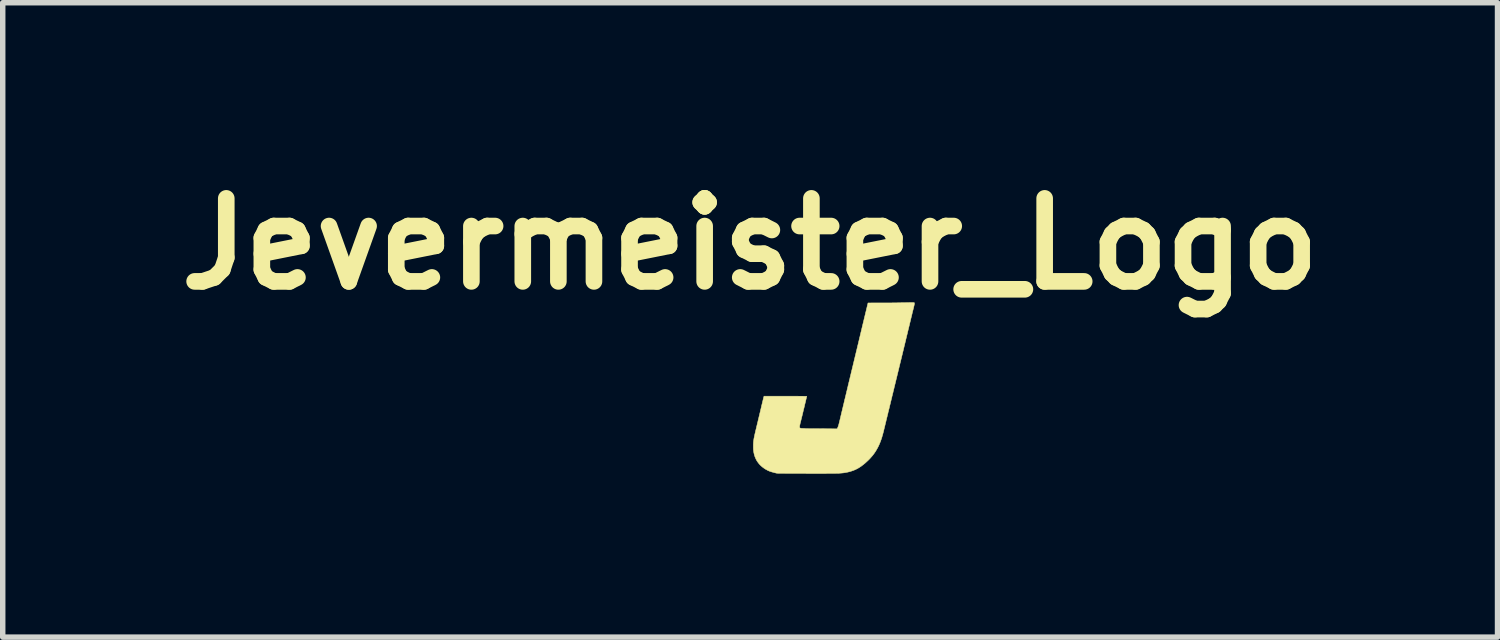
<source format=kicad_pcb>
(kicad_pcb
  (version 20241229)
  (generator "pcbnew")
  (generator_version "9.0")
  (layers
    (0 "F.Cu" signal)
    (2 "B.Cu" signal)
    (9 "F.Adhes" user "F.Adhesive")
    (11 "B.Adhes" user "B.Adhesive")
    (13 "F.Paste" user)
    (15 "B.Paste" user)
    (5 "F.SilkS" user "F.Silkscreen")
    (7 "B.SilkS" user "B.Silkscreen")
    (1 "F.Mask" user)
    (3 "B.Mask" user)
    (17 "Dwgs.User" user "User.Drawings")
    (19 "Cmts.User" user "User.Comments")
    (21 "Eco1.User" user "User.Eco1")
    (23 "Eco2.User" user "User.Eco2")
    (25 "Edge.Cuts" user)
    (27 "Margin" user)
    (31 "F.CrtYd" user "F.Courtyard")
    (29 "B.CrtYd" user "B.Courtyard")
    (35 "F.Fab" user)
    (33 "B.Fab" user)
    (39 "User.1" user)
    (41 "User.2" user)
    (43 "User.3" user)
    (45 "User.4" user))
  (footprint "Jevermeister_Logo"
    (layer "F.Cu")
    (at 10.719 2.456)
    (property "Reference" "Jevermeister_Logo" (at 0 -1.03 0) (layer "F.SilkS") (effects (font (size 1.524 1.524) (thickness 0.305))))
    (attr exclude_from_pos_files exclude_from_bom)
    (fp_poly (pts (xy 0.488 3.18) (xy 0.479 3.178) (xy 0.47 3.176) (xy 0.462 3.174) (xy 0.454 3.172) (xy 0.446 3.17) (xy 0.438 3.168) (xy 0.431 3.166) (xy 0.424 3.164) (xy 0.417 3.162) (xy 0.41 3.16) (xy 0.404 3.159) (xy 0.398 3.157) (xy 0.391 3.155) (xy 0.386 3.153) (xy 0.38 3.151) (xy 0.374 3.149) (xy 0.369 3.147) (xy 0.364 3.146) (xy 0.358 3.144) (xy 0.353 3.142) (xy 0.349 3.14) (xy 0.344 3.138) (xy 0.339 3.136) (xy 0.335 3.134) (xy 0.33 3.132) (xy 0.326 3.13) (xy 0.321 3.128) (xy 0.315 3.124) (xy 0.309 3.121) (xy 0.304 3.118) (xy 0.298 3.115) (xy 0.292 3.112) (xy 0.286 3.108) (xy 0.281 3.105) (xy 0.275 3.102) (xy 0.27 3.098) (xy 0.264 3.095) (xy 0.259 3.091) (xy 0.254 3.088) (xy 0.249 3.084) (xy 0.244 3.08) (xy 0.239 3.077) (xy 0.234 3.073) (xy 0.229 3.069) (xy 0.224 3.065) (xy 0.219 3.061) (xy 0.214 3.057) (xy 0.21 3.053) (xy 0.205 3.049) (xy 0.201 3.045) (xy 0.196 3.041) (xy 0.192 3.037) (xy 0.188 3.033) (xy 0.183 3.028) (xy 0.179 3.024) (xy 0.175 3.02) (xy 0.171 3.015) (xy 0.167 3.011) (xy 0.163 3.006) (xy 0.16 3.002) (xy 0.156 2.997) (xy 0.152 2.992) (xy 0.149 2.988) (xy 0.145 2.983) (xy 0.142 2.978) (xy 0.138 2.973) (xy 0.135 2.969) (xy 0.132 2.964) (xy 0.128 2.959) (xy 0.125 2.954) (xy 0.122 2.949) (xy 0.119 2.943) (xy 0.116 2.938) (xy 0.114 2.933) (xy 0.111 2.928) (xy 0.108 2.923) (xy 0.106 2.917) (xy 0.103 2.912) (xy 0.101 2.906) (xy 0.098 2.901) (xy 0.096 2.895) (xy 0.094 2.89) (xy 0.091 2.884) (xy 0.089 2.879) (xy 0.087 2.873) (xy 0.085 2.867) (xy 0.083 2.861) (xy 0.081 2.856) (xy 0.08 2.85) (xy 0.078 2.844) (xy 0.076 2.838) (xy 0.075 2.832) (xy 0.073 2.826) (xy 0.072 2.82) (xy 0.071 2.814) (xy 0.069 2.808) (xy 0.068 2.801) (xy 0.067 2.795) (xy 0.066 2.789) (xy 0.065 2.782) (xy 0.064 2.776) (xy 0.063 2.77) (xy 0.062 2.763) (xy 0.062 2.757) (xy 0.061 2.75) (xy 0.06 2.744) (xy 0.06 2.737) (xy 0.06 2.73) (xy 0.059 2.723) (xy 0.059 2.717) (xy 0.059 2.71) (xy 0.059 2.703) (xy 0.059 2.696) (xy 0.059 2.691) (xy 0.059 2.685) (xy 0.059 2.68) (xy 0.059 2.675) (xy 0.059 2.67) (xy 0.059 2.665) (xy 0.059 2.66) (xy 0.059 2.655) (xy 0.059 2.65) (xy 0.059 2.645) (xy 0.06 2.641) (xy 0.06 2.636) (xy 0.06 2.631) (xy 0.06 2.626) (xy 0.061 2.622) (xy 0.061 2.617) (xy 0.061 2.612) (xy 0.062 2.607) (xy 0.062 2.603) (xy 0.063 2.598) (xy 0.063 2.593) (xy 0.064 2.588) (xy 0.065 2.583) (xy 0.065 2.578) (xy 0.066 2.573) (xy 0.067 2.568) (xy 0.068 2.562) (xy 0.068 2.557) (xy 0.069 2.552) (xy 0.07 2.546) (xy 0.071 2.54) (xy 0.072 2.534) (xy 0.074 2.528) (xy 0.075 2.522) (xy 0.076 2.516) (xy 0.077 2.51) (xy 0.079 2.503) (xy 0.08 2.496) (xy 0.082 2.489) (xy 0.083 2.482) (xy 0.085 2.475) (xy 0.086 2.467) (xy 0.088 2.459) (xy 0.09 2.451) (xy 0.092 2.443) (xy 0.094 2.434) (xy 0.096 2.426) (xy 0.098 2.417) (xy 0.1 2.407) (xy 0.102 2.398) (xy 0.105 2.388) (xy 0.107 2.378) (xy 0.11 2.368) (xy 0.112 2.357) (xy 0.115 2.346) (xy 0.118 2.335) (xy 0.119 2.329) (xy 0.12 2.324) (xy 0.121 2.319) (xy 0.123 2.313) (xy 0.124 2.308) (xy 0.125 2.302) (xy 0.127 2.296) (xy 0.128 2.29) (xy 0.13 2.284) (xy 0.131 2.278) (xy 0.133 2.272) (xy 0.134 2.266) (xy 0.136 2.259) (xy 0.137 2.253) (xy 0.139 2.246) (xy 0.14 2.24) (xy 0.142 2.233) (xy 0.144 2.227) (xy 0.145 2.22) (xy 0.147 2.213) (xy 0.148 2.206) (xy 0.15 2.199) (xy 0.152 2.193) (xy 0.153 2.186) (xy 0.155 2.179) (xy 0.157 2.172) (xy 0.158 2.165) (xy 0.16 2.158) (xy 0.162 2.151) (xy 0.163 2.144) (xy 0.165 2.137) (xy 0.167 2.13) (xy 0.168 2.124) (xy 0.17 2.117) (xy 0.172 2.11) (xy 0.173 2.103) (xy 0.175 2.096) (xy 0.176 2.09) (xy 0.178 2.083) (xy 0.179 2.077) (xy 0.181 2.07) (xy 0.183 2.064) (xy 0.184 2.057) (xy 0.186 2.051) (xy 0.187 2.045) (xy 0.189 2.039) (xy 0.19 2.033) (xy 0.191 2.027) (xy 0.193 2.021) (xy 0.194 2.015) (xy 0.195 2.009) (xy 0.197 2.004) (xy 0.199 1.995) (xy 0.201 1.986) (xy 0.203 1.977) (xy 0.205 1.969) (xy 0.207 1.96) (xy 0.209 1.951) (xy 0.211 1.943) (xy 0.213 1.934) (xy 0.215 1.926) (xy 0.217 1.918) (xy 0.219 1.91) (xy 0.221 1.902) (xy 0.223 1.894) (xy 0.225 1.887) (xy 0.226 1.88) (xy 0.228 1.873) (xy 0.23 1.866) (xy 0.231 1.859) (xy 0.233 1.853) (xy 0.234 1.847) (xy 0.236 1.841) (xy 0.237 1.835) (xy 0.238 1.83) (xy 0.24 1.825) (xy 0.241 1.821) (xy 0.242 1.816) (xy 0.243 1.812) (xy 0.244 1.809) (xy 0.244 1.806) (xy 0.245 1.803) (xy 0.246 1.801) (xy 0.246 1.799) (xy 0.255 1.766) (xy 0.647 1.766) (xy 0.658 1.766) (xy 0.668 1.766) (xy 0.679 1.766) (xy 0.69 1.766) (xy 0.7 1.766) (xy 0.71 1.766) (xy 0.721 1.766) (xy 0.731 1.766) (xy 0.741 1.766) (xy 0.751 1.766) (xy 0.761 1.766) (xy 0.771 1.766) (xy 0.78 1.766) (xy 0.79 1.766) (xy 0.799 1.766) (xy 0.809 1.766) (xy 0.818 1.766) (xy 0.827 1.766) (xy 0.836 1.766) (xy 0.845 1.766) (xy 0.853 1.766) (xy 0.862 1.766) (xy 0.87 1.766) (xy 0.878 1.766) (xy 0.886 1.767) (xy 0.894 1.767) (xy 0.902 1.767) (xy 0.909 1.767) (xy 0.917 1.767) (xy 0.924 1.767) (xy 0.931 1.767) (xy 0.938 1.767) (xy 0.944 1.767) (xy 0.951 1.767) (xy 0.957 1.767) (xy 0.963 1.767) (xy 0.969 1.767) (xy 0.975 1.767) (xy 0.98 1.768) (xy 0.985 1.768) (xy 0.99 1.768) (xy 0.995 1.768) (xy 1 1.768) (xy 1.004 1.768) (xy 1.008 1.768) (xy 1.012 1.768) (xy 1.016 1.768) (xy 1.019 1.768) (xy 1.022 1.768) (xy 1.025 1.769) (xy 1.028 1.769) (xy 1.03 1.769) (xy 1.032 1.769) (xy 1.034 1.769) (xy 1.036 1.769) (xy 1.037 1.769) (xy 1.038 1.769) (xy 1.039 1.769) (xy 1.039 1.769) (xy 1.039 1.77) (xy 1.039 1.77) (xy 1.039 1.771) (xy 1.039 1.772) (xy 1.038 1.773) (xy 1.038 1.775) (xy 1.038 1.777) (xy 1.037 1.779) (xy 1.036 1.782) (xy 1.036 1.785) (xy 1.035 1.789) (xy 1.034 1.792) (xy 1.033 1.796) (xy 1.032 1.8) (xy 1.031 1.805) (xy 1.03 1.809) (xy 1.029 1.814) (xy 1.028 1.819) (xy 1.026 1.825) (xy 1.025 1.831) (xy 1.024 1.836) (xy 1.022 1.842) (xy 1.021 1.849) (xy 1.019 1.855) (xy 1.018 1.862) (xy 1.016 1.869) (xy 1.014 1.876) (xy 1.012 1.883) (xy 1.011 1.89) (xy 1.009 1.897) (xy 1.007 1.905) (xy 1.005 1.913) (xy 1.003 1.92) (xy 1.001 1.928) (xy 1 1.936) (xy 0.998 1.944) (xy 0.996 1.953) (xy 0.994 1.961) (xy 0.992 1.969) (xy 0.99 1.978) (xy 0.988 1.986) (xy 0.986 1.994) (xy 0.983 2.003) (xy 0.981 2.011) (xy 0.979 2.02) (xy 0.977 2.029) (xy 0.975 2.037) (xy 0.973 2.046) (xy 0.971 2.054) (xy 0.969 2.063) (xy 0.967 2.071) (xy 0.965 2.08) (xy 0.963 2.088) (xy 0.961 2.096) (xy 0.959 2.105) (xy 0.957 2.113) (xy 0.955 2.121) (xy 0.953 2.129) (xy 0.951 2.137) (xy 0.949 2.145) (xy 0.947 2.152) (xy 0.945 2.16) (xy 0.943 2.167) (xy 0.942 2.175) (xy 0.94 2.182) (xy 0.938 2.189) (xy 0.936 2.196) (xy 0.935 2.202) (xy 0.933 2.209) (xy 0.932 2.215) (xy 0.93 2.221) (xy 0.929 2.227) (xy 0.927 2.233) (xy 0.926 2.238) (xy 0.925 2.243) (xy 0.923 2.248) (xy 0.922 2.253) (xy 0.919 2.264) (xy 0.917 2.275) (xy 0.915 2.284) (xy 0.913 2.293) (xy 0.911 2.301) (xy 0.91 2.308) (xy 0.909 2.314) (xy 0.909 2.32) (xy 0.908 2.325) (xy 0.908 2.33) (xy 0.909 2.334) (xy 0.909 2.337) (xy 0.91 2.34) (xy 0.911 2.343) (xy 0.912 2.346) (xy 0.913 2.346) (xy 0.913 2.347) (xy 0.914 2.348) (xy 0.915 2.349) (xy 0.916 2.349) (xy 0.916 2.35) (xy 0.917 2.351) (xy 0.918 2.351) (xy 0.92 2.352) (xy 0.921 2.352) (xy 0.922 2.353) (xy 0.924 2.353) (xy 0.926 2.354) (xy 0.928 2.354) (xy 0.93 2.355) (xy 0.932 2.355) (xy 0.935 2.356) (xy 0.937 2.356) (xy 0.94 2.356) (xy 0.944 2.357) (xy 0.947 2.357) (xy 0.951 2.357) (xy 0.955 2.358) (xy 0.959 2.358) (xy 0.963 2.358) (xy 0.968 2.359) (xy 0.973 2.359) (xy 0.978 2.359) (xy 0.984 2.359) (xy 0.99 2.36) (xy 0.996 2.36) (xy 1.003 2.36) (xy 1.01 2.36) (xy 1.018 2.361) (xy 1.025 2.361) (xy 1.033 2.361) (xy 1.042 2.361) (xy 1.051 2.361) (xy 1.06 2.361) (xy 1.07 2.362) (xy 1.081 2.362) (xy 1.091 2.362) (xy 1.102 2.362) (xy 1.114 2.362) (xy 1.126 2.362) (xy 1.139 2.362) (xy 1.152 2.362) (xy 1.165 2.363) (xy 1.179 2.363) (xy 1.194 2.363) (xy 1.209 2.363) (xy 1.225 2.363) (xy 1.241 2.363) (xy 1.258 2.363) (xy 1.594 2.366) (xy 1.607 2.346) (xy 1.608 2.344) (xy 1.609 2.341) (xy 1.61 2.338) (xy 1.612 2.334) (xy 1.613 2.33) (xy 1.615 2.325) (xy 1.617 2.32) (xy 1.619 2.314) (xy 1.621 2.308) (xy 1.623 2.302) (xy 1.625 2.295) (xy 1.627 2.288) (xy 1.629 2.281) (xy 1.631 2.273) (xy 1.633 2.265) (xy 1.635 2.257) (xy 1.637 2.249) (xy 1.639 2.241) (xy 1.641 2.233) (xy 1.643 2.224) (xy 1.644 2.222) (xy 1.644 2.219) (xy 1.645 2.216) (xy 1.646 2.213) (xy 1.647 2.21) (xy 1.647 2.206) (xy 1.648 2.203) (xy 1.649 2.2) (xy 1.65 2.196) (xy 1.651 2.193) (xy 1.651 2.189) (xy 1.652 2.186) (xy 1.653 2.182) (xy 1.654 2.178) (xy 1.655 2.174) (xy 1.656 2.17) (xy 1.657 2.166) (xy 1.658 2.162) (xy 1.659 2.158) (xy 1.66 2.154) (xy 1.661 2.15) (xy 1.662 2.145) (xy 1.663 2.141) (xy 1.664 2.137) (xy 1.665 2.132) (xy 1.666 2.127) (xy 1.667 2.123) (xy 1.668 2.118) (xy 1.669 2.113) (xy 1.671 2.108) (xy 1.672 2.104) (xy 1.673 2.099) (xy 1.674 2.094) (xy 1.675 2.088) (xy 1.677 2.083) (xy 1.678 2.078) (xy 1.679 2.073) (xy 1.68 2.068) (xy 1.682 2.062) (xy 1.683 2.057) (xy 1.684 2.051) (xy 1.685 2.046) (xy 1.687 2.04) (xy 1.688 2.035) (xy 1.69 2.029) (xy 1.691 2.023) (xy 1.692 2.018) (xy 1.694 2.012) (xy 1.695 2.006) (xy 1.696 2) (xy 1.698 1.994) (xy 1.699 1.988) (xy 1.701 1.982) (xy 1.702 1.976) (xy 1.704 1.97) (xy 1.705 1.963) (xy 1.707 1.957) (xy 1.708 1.951) (xy 1.71 1.945) (xy 1.711 1.938) (xy 1.713 1.932) (xy 1.714 1.925) (xy 1.716 1.919) (xy 1.717 1.912) (xy 1.719 1.906) (xy 1.721 1.899) (xy 1.722 1.893) (xy 1.724 1.886) (xy 1.725 1.879) (xy 1.727 1.873) (xy 1.729 1.866) (xy 1.73 1.859) (xy 1.732 1.852) (xy 1.733 1.845) (xy 1.735 1.838) (xy 1.737 1.831) (xy 1.738 1.824) (xy 1.74 1.817) (xy 1.742 1.81) (xy 1.744 1.803) (xy 1.745 1.796) (xy 1.747 1.789) (xy 1.749 1.782) (xy 1.75 1.775) (xy 1.752 1.768) (xy 1.754 1.761) (xy 1.756 1.753) (xy 1.757 1.746) (xy 1.759 1.739) (xy 1.761 1.731) (xy 1.763 1.724) (xy 1.764 1.717) (xy 1.766 1.709) (xy 1.768 1.702) (xy 1.77 1.695) (xy 1.771 1.687) (xy 1.773 1.68) (xy 1.775 1.672) (xy 1.777 1.665) (xy 1.779 1.657) (xy 1.78 1.65) (xy 1.782 1.642) (xy 1.784 1.635) (xy 1.786 1.627) (xy 1.788 1.62) (xy 1.789 1.612) (xy 1.791 1.605) (xy 1.793 1.597) (xy 1.795 1.589) (xy 1.797 1.582) (xy 1.798 1.574) (xy 1.8 1.567) (xy 1.802 1.559) (xy 1.804 1.551) (xy 1.806 1.544) (xy 1.808 1.536) (xy 1.809 1.528) (xy 1.811 1.521) (xy 1.813 1.513) (xy 1.815 1.506) (xy 1.817 1.498) (xy 1.819 1.49) (xy 1.82 1.483) (xy 1.822 1.475) (xy 1.824 1.467) (xy 1.826 1.46) (xy 1.828 1.452) (xy 1.83 1.444) (xy 1.832 1.437) (xy 1.833 1.429) (xy 1.835 1.421) (xy 1.837 1.414) (xy 1.839 1.406) (xy 1.841 1.399) (xy 1.843 1.391) (xy 1.844 1.383) (xy 1.846 1.376) (xy 1.848 1.368) (xy 1.85 1.361) (xy 1.852 1.353) (xy 1.853 1.345) (xy 1.855 1.338) (xy 1.857 1.33) (xy 1.859 1.323) (xy 1.861 1.315) (xy 1.862 1.308) (xy 1.864 1.3) (xy 1.866 1.293) (xy 1.868 1.286) (xy 1.87 1.278) (xy 1.871 1.271) (xy 1.873 1.263) (xy 1.875 1.256) (xy 1.877 1.249) (xy 1.879 1.241) (xy 1.88 1.234) (xy 1.882 1.227) (xy 1.884 1.219) (xy 1.886 1.212) (xy 1.887 1.205) (xy 1.889 1.198) (xy 1.891 1.191) (xy 1.892 1.183) (xy 1.894 1.176) (xy 1.896 1.169) (xy 1.898 1.162) (xy 1.899 1.155) (xy 1.901 1.148) (xy 1.903 1.141) (xy 1.904 1.134) (xy 1.906 1.127) (xy 1.908 1.121) (xy 1.909 1.114) (xy 1.911 1.107) (xy 1.913 1.1) (xy 1.914 1.093) (xy 1.916 1.087) (xy 1.917 1.08) (xy 1.919 1.073) (xy 1.921 1.067) (xy 1.922 1.06) (xy 1.924 1.053) (xy 1.926 1.045) (xy 1.927 1.038) (xy 1.929 1.031) (xy 1.931 1.024) (xy 1.933 1.017) (xy 1.934 1.01) (xy 1.936 1.003) (xy 1.938 0.997) (xy 1.939 0.99) (xy 1.941 0.983) (xy 1.942 0.977) (xy 1.944 0.97) (xy 1.945 0.964) (xy 1.947 0.958) (xy 1.948 0.951) (xy 1.95 0.945) (xy 1.951 0.939) (xy 1.953 0.933) (xy 1.954 0.927) (xy 1.956 0.921) (xy 1.957 0.915) (xy 1.959 0.909) (xy 1.96 0.903) (xy 1.962 0.897) (xy 1.963 0.891) (xy 1.964 0.885) (xy 1.966 0.879) (xy 1.967 0.874) (xy 1.969 0.868) (xy 1.97 0.862) (xy 1.971 0.856) (xy 1.973 0.851) (xy 1.974 0.845) (xy 1.975 0.839) (xy 1.977 0.834) (xy 1.978 0.828) (xy 1.98 0.822) (xy 1.981 0.816) (xy 1.982 0.811) (xy 1.984 0.805) (xy 1.985 0.799) (xy 1.986 0.794) (xy 1.988 0.788) (xy 1.989 0.782) (xy 1.991 0.776) (xy 1.992 0.77) (xy 1.993 0.764) (xy 1.995 0.759) (xy 1.996 0.753) (xy 1.998 0.747) (xy 1.999 0.741) (xy 2 0.735) (xy 2.002 0.729) (xy 2.003 0.722) (xy 2.005 0.716) (xy 2.006 0.71) (xy 2.008 0.704) (xy 2.009 0.697) (xy 2.011 0.691) (xy 2.012 0.685) (xy 2.014 0.678) (xy 2.016 0.671) (xy 2.017 0.665) (xy 2.019 0.658) (xy 2.02 0.651) (xy 2.022 0.644) (xy 2.024 0.637) (xy 2.025 0.63) (xy 2.027 0.623) (xy 2.029 0.616) (xy 2.031 0.609) (xy 2.032 0.601) (xy 2.034 0.594) (xy 2.036 0.586) (xy 2.038 0.578) (xy 2.04 0.571) (xy 2.041 0.565) (xy 2.042 0.56) (xy 2.044 0.555) (xy 2.045 0.549) (xy 2.046 0.544) (xy 2.048 0.538) (xy 2.049 0.532) (xy 2.05 0.526) (xy 2.052 0.52) (xy 2.053 0.514) (xy 2.055 0.508) (xy 2.056 0.501) (xy 2.058 0.495) (xy 2.059 0.489) (xy 2.061 0.482) (xy 2.062 0.476) (xy 2.064 0.469) (xy 2.066 0.462) (xy 2.067 0.456) (xy 2.069 0.449) (xy 2.07 0.442) (xy 2.072 0.435) (xy 2.074 0.429) (xy 2.075 0.422) (xy 2.077 0.415) (xy 2.079 0.408) (xy 2.08 0.401) (xy 2.082 0.394) (xy 2.084 0.387) (xy 2.085 0.381) (xy 2.087 0.374) (xy 2.089 0.367) (xy 2.09 0.36) (xy 2.092 0.353) (xy 2.093 0.346) (xy 2.095 0.34) (xy 2.097 0.333) (xy 2.098 0.326) (xy 2.1 0.32) (xy 2.101 0.313) (xy 2.103 0.307) (xy 2.105 0.3) (xy 2.106 0.294) (xy 2.108 0.287) (xy 2.109 0.281) (xy 2.111 0.275) (xy 2.112 0.269) (xy 2.114 0.263) (xy 2.115 0.257) (xy 2.116 0.251) (xy 2.118 0.245) (xy 2.119 0.24) (xy 2.12 0.234) (xy 2.122 0.229) (xy 2.164 0.055) (xy 2.45 0.054) (xy 2.458 0.054) (xy 2.465 0.054) (xy 2.473 0.054) (xy 2.48 0.054) (xy 2.488 0.054) (xy 2.495 0.054) (xy 2.503 0.054) (xy 2.51 0.054) (xy 2.518 0.054) (xy 2.526 0.054) (xy 2.533 0.054) (xy 2.541 0.054) (xy 2.549 0.054) (xy 2.556 0.054) (xy 2.564 0.054) (xy 2.572 0.054) (xy 2.58 0.054) (xy 2.587 0.054) (xy 2.595 0.054) (xy 2.602 0.054) (xy 2.61 0.053) (xy 2.618 0.053) (xy 2.625 0.053) (xy 2.633 0.053) (xy 2.64 0.053) (xy 2.647 0.053) (xy 2.655 0.053) (xy 2.662 0.053) (xy 2.669 0.053) (xy 2.677 0.053) (xy 2.684 0.053) (xy 2.691 0.053) (xy 2.698 0.053) (xy 2.705 0.052) (xy 2.712 0.052) (xy 2.719 0.052) (xy 2.726 0.052) (xy 2.732 0.052) (xy 2.739 0.052) (xy 2.745 0.052) (xy 2.752 0.052) (xy 2.758 0.052) (xy 2.764 0.052) (xy 2.771 0.051) (xy 2.777 0.051) (xy 2.783 0.051) (xy 2.788 0.051) (xy 2.794 0.051) (xy 2.8 0.051) (xy 2.805 0.051) (xy 2.81 0.051) (xy 2.816 0.051) (xy 2.821 0.05) (xy 2.826 0.05) (xy 2.831 0.05) (xy 2.835 0.05) (xy 2.84 0.05) (xy 2.844 0.05) (xy 2.848 0.05) (xy 2.853 0.05) (xy 2.856 0.049) (xy 2.86 0.049) (xy 2.864 0.049) (xy 2.867 0.049) (xy 2.877 0.049) (xy 2.887 0.048) (xy 2.896 0.048) (xy 2.905 0.048) (xy 2.914 0.048) (xy 2.923 0.047) (xy 2.932 0.047) (xy 2.94 0.047) (xy 2.948 0.047) (xy 2.956 0.047) (xy 2.963 0.047) (xy 2.97 0.047) (xy 2.976 0.047) (xy 2.982 0.047) (xy 2.988 0.047) (xy 2.993 0.047) (xy 2.997 0.048) (xy 3.001 0.048) (xy 3.004 0.048) (xy 3.007 0.048) (xy 3.009 0.049) (xy 3.01 0.049) (xy 3.012 0.05) (xy 3.013 0.051) (xy 3.014 0.053) (xy 3.015 0.055) (xy 3.016 0.058) (xy 3.016 0.062) (xy 3.016 0.066) (xy 3.015 0.071) (xy 3.015 0.077) (xy 3.013 0.084) (xy 3.012 0.092) (xy 3.01 0.101) (xy 3.007 0.111) (xy 3.005 0.123) (xy 3.002 0.136) (xy 3.001 0.138) (xy 3 0.14) (xy 3 0.143) (xy 2.999 0.145) (xy 2.999 0.148) (xy 2.998 0.15) (xy 2.997 0.153) (xy 2.997 0.155) (xy 2.996 0.158) (xy 2.995 0.161) (xy 2.995 0.164) (xy 2.994 0.167) (xy 2.993 0.17) (xy 2.993 0.173) (xy 2.992 0.176) (xy 2.991 0.179) (xy 2.99 0.182) (xy 2.989 0.185) (xy 2.989 0.189) (xy 2.988 0.192) (xy 2.987 0.196) (xy 2.986 0.199) (xy 2.985 0.203) (xy 2.984 0.206) (xy 2.983 0.21) (xy 2.982 0.214) (xy 2.981 0.218) (xy 2.98 0.222) (xy 2.979 0.226) (xy 2.978 0.23) (xy 2.977 0.234) (xy 2.976 0.239) (xy 2.975 0.243) (xy 2.974 0.248) (xy 2.973 0.252) (xy 2.972 0.257) (xy 2.971 0.262) (xy 2.97 0.266) (xy 2.968 0.271) (xy 2.967 0.276) (xy 2.966 0.281) (xy 2.965 0.286) (xy 2.964 0.292) (xy 2.962 0.297) (xy 2.961 0.302) (xy 2.96 0.308) (xy 2.958 0.314) (xy 2.957 0.319) (xy 2.955 0.325) (xy 2.954 0.331) (xy 2.952 0.337) (xy 2.951 0.343) (xy 2.95 0.349) (xy 2.948 0.356) (xy 2.946 0.362) (xy 2.945 0.369) (xy 2.943 0.375) (xy 2.942 0.382) (xy 2.94 0.389) (xy 2.938 0.396) (xy 2.937 0.403) (xy 2.935 0.41) (xy 2.933 0.417) (xy 2.931 0.425) (xy 2.929 0.432) (xy 2.928 0.44) (xy 2.926 0.448) (xy 2.924 0.456) (xy 2.922 0.463) (xy 2.92 0.472) (xy 2.918 0.48) (xy 2.916 0.488) (xy 2.914 0.497) (xy 2.912 0.505) (xy 2.91 0.514) (xy 2.908 0.523) (xy 2.905 0.531) (xy 2.903 0.541) (xy 2.901 0.55) (xy 2.899 0.559) (xy 2.896 0.568) (xy 2.894 0.578) (xy 2.892 0.588) (xy 2.889 0.598) (xy 2.887 0.608) (xy 2.885 0.618) (xy 2.882 0.628) (xy 2.88 0.638) (xy 2.877 0.649) (xy 2.874 0.659) (xy 2.872 0.67) (xy 2.869 0.681) (xy 2.867 0.692) (xy 2.864 0.703) (xy 2.861 0.715) (xy 2.858 0.726) (xy 2.856 0.738) (xy 2.853 0.75) (xy 2.85 0.761) (xy 2.847 0.774) (xy 2.846 0.778) (xy 2.845 0.782) (xy 2.844 0.786) (xy 2.843 0.79) (xy 2.842 0.794) (xy 2.841 0.798) (xy 2.84 0.802) (xy 2.839 0.807) (xy 2.838 0.811) (xy 2.837 0.815) (xy 2.836 0.82) (xy 2.835 0.824) (xy 2.834 0.828) (xy 2.833 0.833) (xy 2.831 0.837) (xy 2.83 0.842) (xy 2.829 0.846) (xy 2.828 0.851) (xy 2.827 0.856) (xy 2.826 0.86) (xy 2.825 0.865) (xy 2.824 0.87) (xy 2.823 0.874) (xy 2.821 0.879) (xy 2.82 0.884) (xy 2.819 0.888) (xy 2.818 0.893) (xy 2.817 0.898) (xy 2.816 0.903) (xy 2.814 0.908) (xy 2.813 0.913) (xy 2.812 0.918) (xy 2.811 0.923) (xy 2.81 0.928) (xy 2.808 0.933) (xy 2.807 0.938) (xy 2.806 0.943) (xy 2.805 0.948) (xy 2.803 0.953) (xy 2.802 0.958) (xy 2.801 0.964) (xy 2.8 0.969) (xy 2.798 0.974) (xy 2.797 0.979) (xy 2.796 0.985) (xy 2.794 0.99) (xy 2.793 0.995) (xy 2.792 1.001) (xy 2.791 1.006) (xy 2.789 1.012) (xy 2.788 1.017) (xy 2.787 1.023) (xy 2.785 1.028) (xy 2.784 1.034) (xy 2.783 1.039) (xy 2.781 1.045) (xy 2.78 1.05) (xy 2.778 1.056) (xy 2.777 1.062) (xy 2.776 1.067) (xy 2.774 1.073) (xy 2.773 1.079) (xy 2.772 1.084) (xy 2.77 1.09) (xy 2.769 1.096) (xy 2.767 1.102) (xy 2.766 1.108) (xy 2.764 1.114) (xy 2.763 1.119) (xy 2.762 1.125) (xy 2.76 1.131) (xy 2.759 1.137) (xy 2.757 1.143) (xy 2.756 1.149) (xy 2.754 1.155) (xy 2.753 1.161) (xy 2.751 1.167) (xy 2.75 1.174) (xy 2.748 1.18) (xy 2.747 1.186) (xy 2.745 1.192) (xy 2.744 1.198) (xy 2.742 1.204) (xy 2.741 1.211) (xy 2.739 1.217) (xy 2.738 1.223) (xy 2.736 1.229) (xy 2.735 1.236) (xy 2.733 1.242) (xy 2.732 1.248) (xy 2.73 1.255) (xy 2.729 1.261) (xy 2.727 1.268) (xy 2.726 1.274) (xy 2.724 1.28) (xy 2.722 1.287) (xy 2.721 1.293) (xy 2.719 1.3) (xy 2.718 1.306) (xy 2.716 1.313) (xy 2.714 1.32) (xy 2.713 1.326) (xy 2.711 1.333) (xy 2.71 1.339) (xy 2.708 1.346) (xy 2.706 1.353) (xy 2.705 1.359) (xy 2.703 1.366) (xy 2.701 1.373) (xy 2.7 1.38) (xy 2.698 1.386) (xy 2.697 1.393) (xy 2.695 1.4) (xy 2.693 1.407) (xy 2.692 1.414) (xy 2.69 1.42) (xy 2.688 1.427) (xy 2.687 1.434) (xy 2.685 1.441) (xy 2.683 1.448) (xy 2.681 1.455) (xy 2.68 1.462) (xy 2.678 1.469) (xy 2.676 1.476) (xy 2.675 1.483) (xy 2.673 1.49) (xy 2.671 1.497) (xy 2.67 1.504) (xy 2.668 1.511) (xy 2.666 1.518) (xy 2.664 1.525) (xy 2.663 1.532) (xy 2.661 1.54) (xy 2.659 1.547) (xy 2.657 1.554) (xy 2.656 1.561) (xy 2.654 1.568) (xy 2.652 1.575) (xy 2.65 1.583) (xy 2.649 1.59) (xy 2.647 1.597) (xy 2.645 1.604) (xy 2.643 1.612) (xy 2.642 1.619) (xy 2.64 1.626) (xy 2.638 1.634) (xy 2.636 1.641) (xy 2.634 1.648) (xy 2.633 1.656) (xy 2.631 1.663) (xy 2.629 1.67) (xy 2.627 1.678) (xy 2.625 1.685) (xy 2.624 1.693) (xy 2.622 1.7) (xy 2.62 1.708) (xy 2.618 1.715) (xy 2.616 1.723) (xy 2.614 1.73) (xy 2.613 1.738) (xy 2.611 1.745) (xy 2.609 1.753) (xy 2.607 1.76) (xy 2.605 1.768) (xy 2.603 1.775) (xy 2.602 1.783) (xy 2.6 1.791) (xy 2.598 1.798) (xy 2.596 1.806) (xy 2.594 1.813) (xy 2.592 1.821) (xy 2.59 1.829) (xy 2.589 1.836) (xy 2.587 1.844) (xy 2.585 1.852) (xy 2.583 1.859) (xy 2.581 1.867) (xy 2.579 1.875) (xy 2.577 1.883) (xy 2.575 1.89) (xy 2.574 1.898) (xy 2.572 1.906) (xy 2.57 1.914) (xy 2.568 1.921) (xy 2.566 1.929) (xy 2.564 1.937) (xy 2.562 1.945) (xy 2.56 1.953) (xy 2.558 1.96) (xy 2.556 1.968) (xy 2.555 1.976) (xy 2.553 1.984) (xy 2.551 1.992) (xy 2.549 2) (xy 2.547 2.008) (xy 2.545 2.015) (xy 2.543 2.023) (xy 2.541 2.031) (xy 2.539 2.039) (xy 2.537 2.047) (xy 2.535 2.055) (xy 2.533 2.063) (xy 2.531 2.071) (xy 2.53 2.079) (xy 2.528 2.086) (xy 2.526 2.094) (xy 2.524 2.101) (xy 2.522 2.109) (xy 2.52 2.116) (xy 2.518 2.124) (xy 2.517 2.132) (xy 2.515 2.139) (xy 2.513 2.147) (xy 2.511 2.155) (xy 2.509 2.162) (xy 2.507 2.17) (xy 2.505 2.177) (xy 2.504 2.185) (xy 2.502 2.192) (xy 2.5 2.2) (xy 2.498 2.207) (xy 2.496 2.215) (xy 2.495 2.222) (xy 2.493 2.23) (xy 2.491 2.237) (xy 2.489 2.244) (xy 2.488 2.251) (xy 2.486 2.258) (xy 2.484 2.265) (xy 2.483 2.272) (xy 2.481 2.279) (xy 2.479 2.285) (xy 2.478 2.292) (xy 2.476 2.298) (xy 2.475 2.305) (xy 2.473 2.311) (xy 2.472 2.317) (xy 2.47 2.323) (xy 2.469 2.329) (xy 2.467 2.334) (xy 2.466 2.34) (xy 2.465 2.345) (xy 2.464 2.35) (xy 2.462 2.355) (xy 2.461 2.36) (xy 2.46 2.365) (xy 2.459 2.369) (xy 2.458 2.373) (xy 2.457 2.377) (xy 2.456 2.381) (xy 2.455 2.385) (xy 2.454 2.388) (xy 2.454 2.392) (xy 2.452 2.399) (xy 2.45 2.407) (xy 2.448 2.415) (xy 2.446 2.422) (xy 2.444 2.43) (xy 2.442 2.437) (xy 2.44 2.445) (xy 2.438 2.452) (xy 2.436 2.46) (xy 2.434 2.467) (xy 2.432 2.474) (xy 2.43 2.481) (xy 2.428 2.488) (xy 2.426 2.495) (xy 2.424 2.502) (xy 2.422 2.509) (xy 2.42 2.516) (xy 2.418 2.523) (xy 2.416 2.53) (xy 2.414 2.536) (xy 2.411 2.543) (xy 2.409 2.55) (xy 2.407 2.556) (xy 2.405 2.563) (xy 2.402 2.569) (xy 2.4 2.576) (xy 2.398 2.582) (xy 2.396 2.588) (xy 2.393 2.594) (xy 2.391 2.601) (xy 2.389 2.607) (xy 2.386 2.613) (xy 2.384 2.619) (xy 2.381 2.625) (xy 2.379 2.631) (xy 2.376 2.637) (xy 2.374 2.643) (xy 2.371 2.649) (xy 2.369 2.655) (xy 2.366 2.66) (xy 2.364 2.666) (xy 2.361 2.672) (xy 2.358 2.677) (xy 2.356 2.683) (xy 2.353 2.689) (xy 2.35 2.694) (xy 2.347 2.7) (xy 2.345 2.705) (xy 2.342 2.711) (xy 2.339 2.716) (xy 2.336 2.721) (xy 2.333 2.727) (xy 2.33 2.732) (xy 2.327 2.737) (xy 2.324 2.742) (xy 2.321 2.748) (xy 2.318 2.753) (xy 2.315 2.758) (xy 2.312 2.763) (xy 2.309 2.768) (xy 2.306 2.773) (xy 2.303 2.778) (xy 2.3 2.783) (xy 2.296 2.788) (xy 2.293 2.793) (xy 2.29 2.798) (xy 2.286 2.803) (xy 2.283 2.808) (xy 2.28 2.813) (xy 2.276 2.817) (xy 2.273 2.822) (xy 2.269 2.827) (xy 2.266 2.832) (xy 2.262 2.837) (xy 2.258 2.841) (xy 2.255 2.846) (xy 2.251 2.851) (xy 2.247 2.855) (xy 2.244 2.86) (xy 2.24 2.864) (xy 2.236 2.869) (xy 2.232 2.874) (xy 2.228 2.878) (xy 2.224 2.883) (xy 2.22 2.887) (xy 2.216 2.892) (xy 2.212 2.896) (xy 2.208 2.901) (xy 2.204 2.905) (xy 2.2 2.91) (xy 2.196 2.914) (xy 2.192 2.919) (xy 2.187 2.923) (xy 2.183 2.927) (xy 2.179 2.932) (xy 2.174 2.936) (xy 2.17 2.941) (xy 2.165 2.945) (xy 2.161 2.949) (xy 2.156 2.954) (xy 2.151 2.958) (xy 2.146 2.963) (xy 2.14 2.968) (xy 2.135 2.974) (xy 2.129 2.978) (xy 2.124 2.983) (xy 2.118 2.988) (xy 2.113 2.993) (xy 2.108 2.998) (xy 2.102 3.002) (xy 2.097 3.007) (xy 2.091 3.011) (xy 2.086 3.016) (xy 2.081 3.02) (xy 2.075 3.024) (xy 2.07 3.028) (xy 2.065 3.032) (xy 2.06 3.036) (xy 2.054 3.04) (xy 2.049 3.044) (xy 2.044 3.048) (xy 2.039 3.052) (xy 2.033 3.055) (xy 2.028 3.059) (xy 2.023 3.063) (xy 2.017 3.066) (xy 2.012 3.07) (xy 2.007 3.073) (xy 2.002 3.076) (xy 1.996 3.079) (xy 1.991 3.083) (xy 1.986 3.086) (xy 1.98 3.089) (xy 1.975 3.092) (xy 1.97 3.095) (xy 1.964 3.098) (xy 1.959 3.1) (xy 1.954 3.103) (xy 1.948 3.106) (xy 1.943 3.109) (xy 1.937 3.111) (xy 1.932 3.114) (xy 1.926 3.116) (xy 1.921 3.119) (xy 1.915 3.121) (xy 1.91 3.123) (xy 1.904 3.126) (xy 1.899 3.128) (xy 1.893 3.13) (xy 1.887 3.132) (xy 1.881 3.134) (xy 1.876 3.136) (xy 1.87 3.138) (xy 1.864 3.14) (xy 1.858 3.142) (xy 1.852 3.144) (xy 1.846 3.146) (xy 1.84 3.147) (xy 1.834 3.149) (xy 1.828 3.151) (xy 1.822 3.153) (xy 1.816 3.154) (xy 1.809 3.156) (xy 1.803 3.157) (xy 1.797 3.159) (xy 1.79 3.16) (xy 1.784 3.162) (xy 1.777 3.163) (xy 1.771 3.164) (xy 1.764 3.166) (xy 1.758 3.167) (xy 1.751 3.168) (xy 1.744 3.169) (xy 1.737 3.17) (xy 1.73 3.171) (xy 1.728 3.172) (xy 1.726 3.172) (xy 1.723 3.173) (xy 1.721 3.173) (xy 1.719 3.173) (xy 1.716 3.174) (xy 1.714 3.174) (xy 1.711 3.174) (xy 1.709 3.174) (xy 1.706 3.175) (xy 1.704 3.175) (xy 1.701 3.175) (xy 1.699 3.176) (xy 1.696 3.176) (xy 1.693 3.176) (xy 1.691 3.176) (xy 1.688 3.177) (xy 1.685 3.177) (xy 1.682 3.177) (xy 1.679 3.178) (xy 1.676 3.178) (xy 1.673 3.178) (xy 1.67 3.178) (xy 1.667 3.178) (xy 1.663 3.179) (xy 1.66 3.179) (xy 1.657 3.179) (xy 1.653 3.179) (xy 1.65 3.18) (xy 1.646 3.18) (xy 1.642 3.18) (xy 1.639 3.18) (xy 1.635 3.18) (xy 1.631 3.181) (xy 1.627 3.181) (xy 1.623 3.181) (xy 1.618 3.181) (xy 1.614 3.181) (xy 1.61 3.181) (xy 1.605 3.182) (xy 1.601 3.182) (xy 1.596 3.182) (xy 1.591 3.182) (xy 1.586 3.182) (xy 1.581 3.182) (xy 1.576 3.182) (xy 1.571 3.183) (xy 1.565 3.183) (xy 1.56 3.183) (xy 1.554 3.183) (xy 1.548 3.183) (xy 1.543 3.183) (xy 1.537 3.183) (xy 1.53 3.183) (xy 1.524 3.183) (xy 1.518 3.183) (xy 1.511 3.184) (xy 1.505 3.184) (xy 1.498 3.184) (xy 1.491 3.184) (xy 1.484 3.184) (xy 1.477 3.184) (xy 1.469 3.184) (xy 1.462 3.184) (xy 1.454 3.184) (xy 1.446 3.184) (xy 1.438 3.184) (xy 1.43 3.184) (xy 1.422 3.184) (xy 1.413 3.184) (xy 1.405 3.184) (xy 1.396 3.185) (xy 1.387 3.185) (xy 1.378 3.185) (xy 1.369 3.185) (xy 1.359 3.185) (xy 1.35 3.185) (xy 1.34 3.185) (xy 1.33 3.185) (xy 1.319 3.185) (xy 1.309 3.185) (xy 1.298 3.185) (xy 1.288 3.185) (xy 1.277 3.185) (xy 1.266 3.185) (xy 1.254 3.185) (xy 1.243 3.185) (xy 1.231 3.185) (xy 1.219 3.185) (xy 1.207 3.185) (xy 1.194 3.185) (xy 1.182 3.185) (xy 1.169 3.185) (xy 1.156 3.185) (xy 1.143 3.185) (xy 1.129 3.185) (xy 1.116 3.185) (xy 1.102 3.185) (xy 1.088 3.185) (xy 1.073 3.185) (xy 1.063 3.185) (xy 1.052 3.185) (xy 1.042 3.185) (xy 1.032 3.185) (xy 1.021 3.184) (xy 1.011 3.184) (xy 1.001 3.184) (xy 0.99 3.184) (xy 0.98 3.184) (xy 0.97 3.184) (xy 0.96 3.184) (xy 0.95 3.184) (xy 0.94 3.184) (xy 0.93 3.184) (xy 0.921 3.184) (xy 0.911 3.184) (xy 0.901 3.184) (xy 0.892 3.184) (xy 0.882 3.184) (xy 0.873 3.184) (xy 0.863 3.184) (xy 0.854 3.184) (xy 0.845 3.184) (xy 0.835 3.184) (xy 0.826 3.184) (xy 0.817 3.184) (xy 0.808 3.184) (xy 0.8 3.184) (xy 0.791 3.184) (xy 0.782 3.184) (xy 0.773 3.183) (xy 0.765 3.183) (xy 0.757 3.183) (xy 0.748 3.183) (xy 0.74 3.183) (xy 0.732 3.183) (xy 0.724 3.183) (xy 0.716 3.183) (xy 0.708 3.183) (xy 0.701 3.183) (xy 0.693 3.183) (xy 0.685 3.183) (xy 0.678 3.183) (xy 0.671 3.183) (xy 0.664 3.183) (xy 0.657 3.183) (xy 0.65 3.183) (xy 0.643 3.183) (xy 0.636 3.182) (xy 0.63 3.182) (xy 0.623 3.182) (xy 0.617 3.182) (xy 0.611 3.182) (xy 0.605 3.182) (xy 0.599 3.182) (xy 0.593 3.182) (xy 0.587 3.182) (xy 0.582 3.182) (xy 0.576 3.182) (xy 0.571 3.182) (xy 0.566 3.182) (xy 0.561 3.182) (xy 0.556 3.182) (xy 0.552 3.181) (xy 0.547 3.181) (xy 0.543 3.181) (xy 0.539 3.181) (xy 0.534 3.181) (xy 0.531 3.181) (xy 0.527 3.181) (xy 0.523 3.181) (xy 0.52 3.181) (xy 0.517 3.181) (xy 0.513 3.181) (xy 0.511 3.181) (xy 0.508 3.181) (xy 0.505 3.181) (xy 0.503 3.18) (xy 0.501 3.18) (xy 0.498 3.18) (xy 0.497 3.18) (xy 0.495 3.18) (xy 0.493 3.18) (xy 0.492 3.18) (xy 0.491 3.18) (xy 0.49 3.18) (xy 0.489 3.18) (xy 0.488 3.18) (xy 0.488 3.18) (xy 0.488 3.18)) (stroke (width 0.009) (type solid)) (fill yes) (layer "F.SilkS")))
  (gr_rect
    (start -3 -3)
    (end 24.438 8.645)
    (stroke (width 0.1) (type default))
    (fill no)
    (layer "Edge.Cuts")))
</source>
